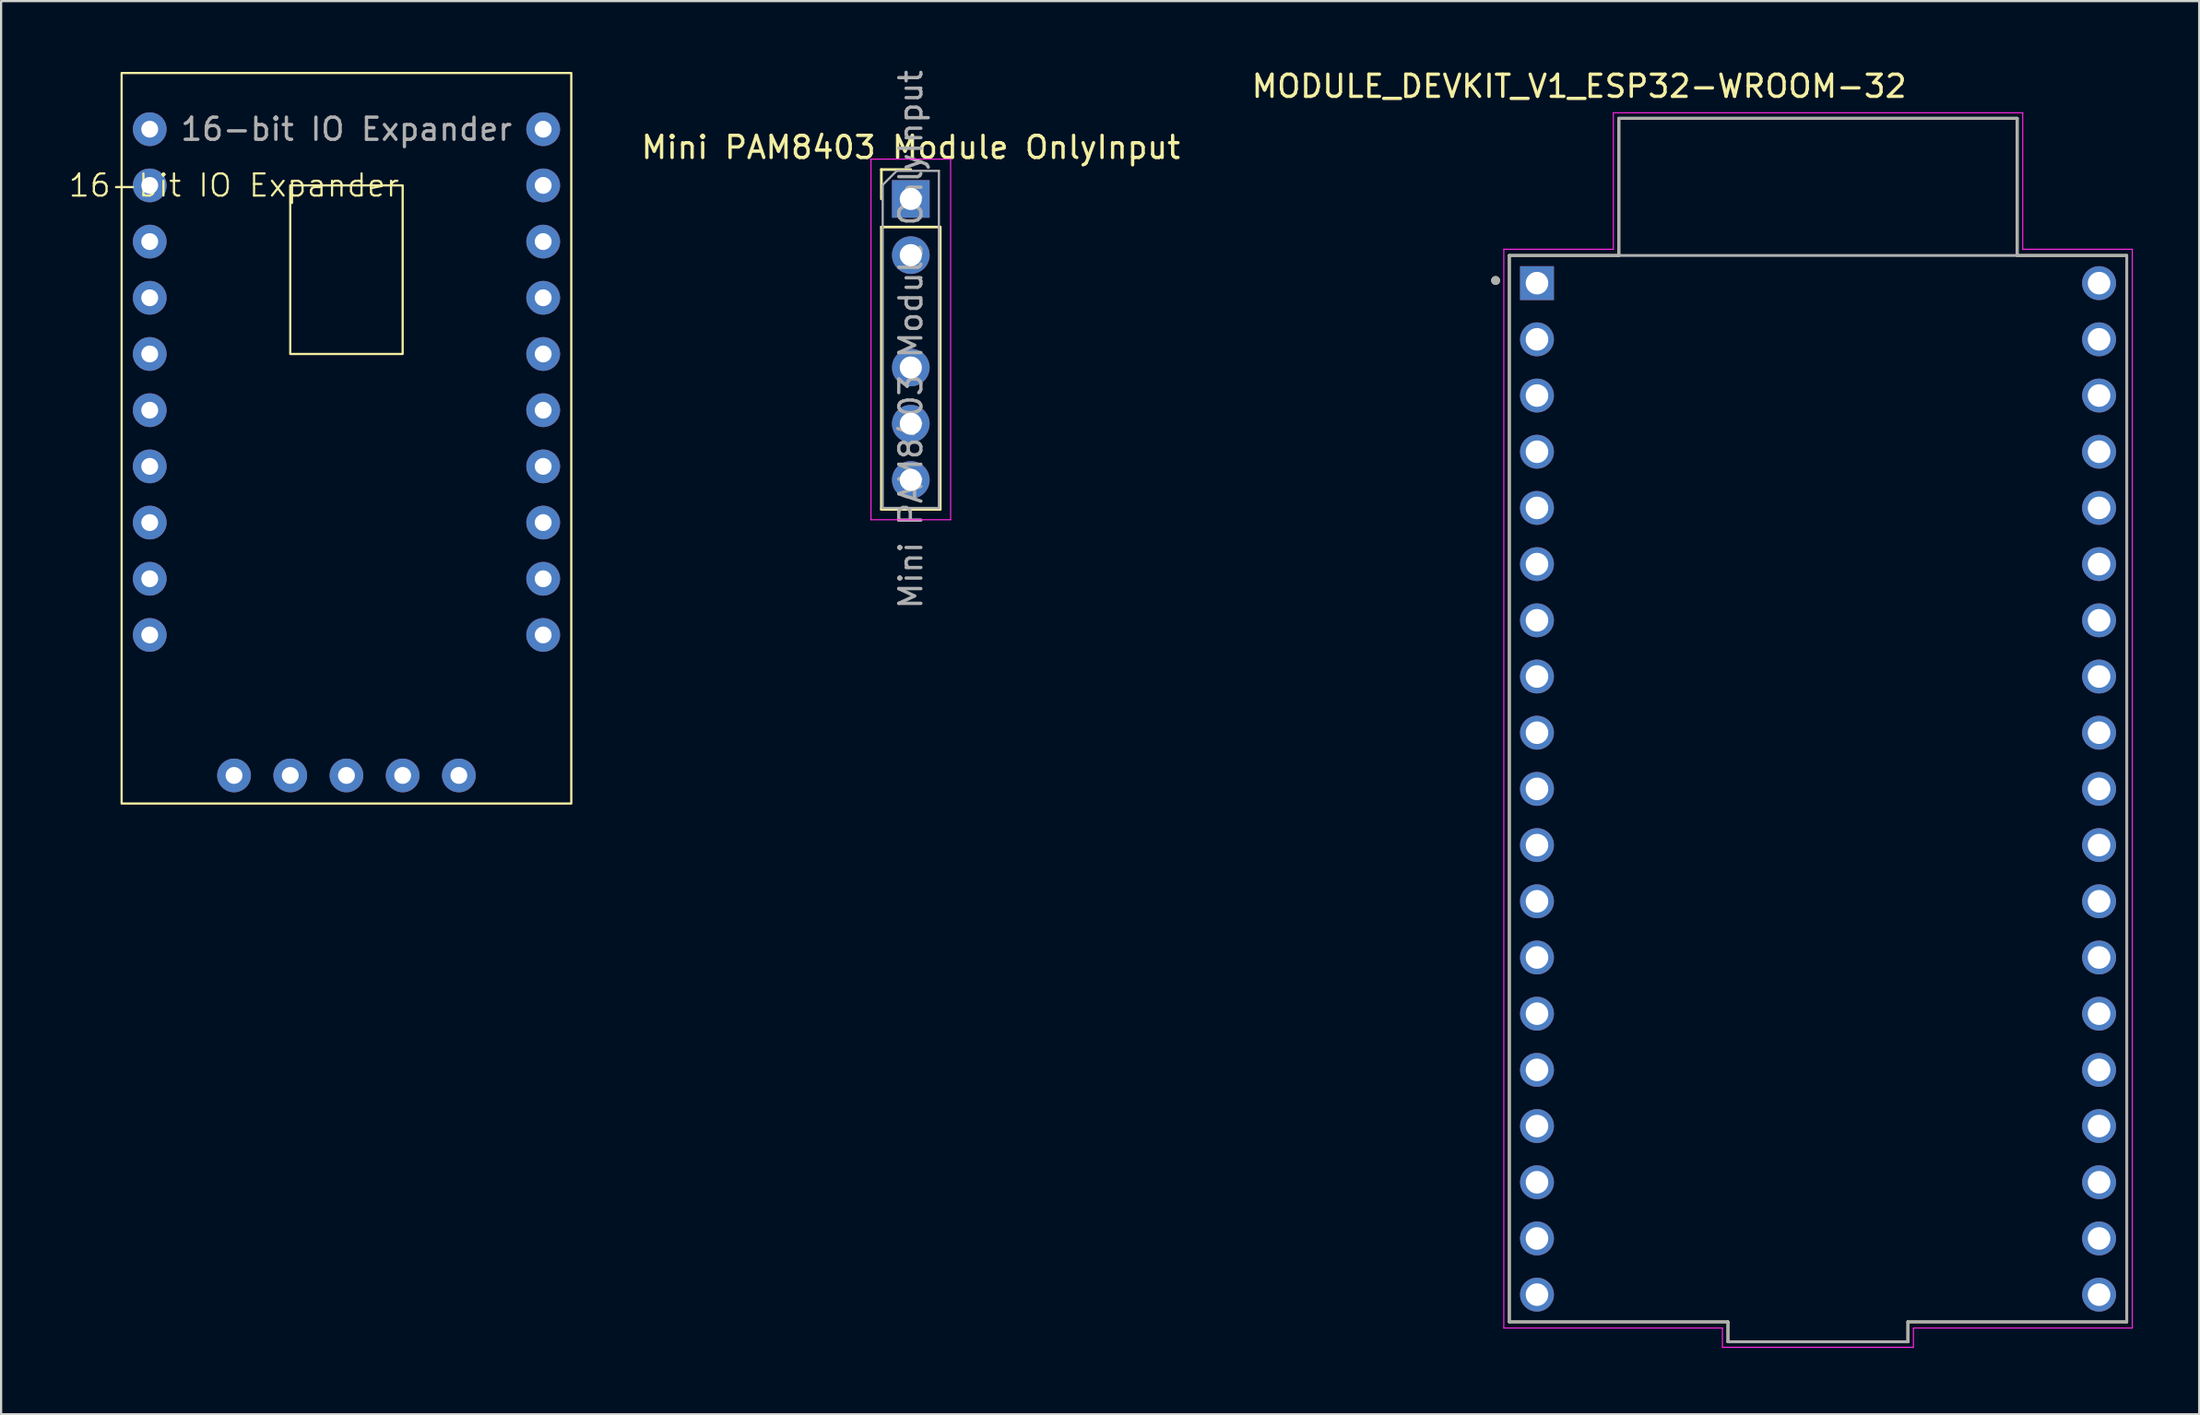
<source format=kicad_pcb>
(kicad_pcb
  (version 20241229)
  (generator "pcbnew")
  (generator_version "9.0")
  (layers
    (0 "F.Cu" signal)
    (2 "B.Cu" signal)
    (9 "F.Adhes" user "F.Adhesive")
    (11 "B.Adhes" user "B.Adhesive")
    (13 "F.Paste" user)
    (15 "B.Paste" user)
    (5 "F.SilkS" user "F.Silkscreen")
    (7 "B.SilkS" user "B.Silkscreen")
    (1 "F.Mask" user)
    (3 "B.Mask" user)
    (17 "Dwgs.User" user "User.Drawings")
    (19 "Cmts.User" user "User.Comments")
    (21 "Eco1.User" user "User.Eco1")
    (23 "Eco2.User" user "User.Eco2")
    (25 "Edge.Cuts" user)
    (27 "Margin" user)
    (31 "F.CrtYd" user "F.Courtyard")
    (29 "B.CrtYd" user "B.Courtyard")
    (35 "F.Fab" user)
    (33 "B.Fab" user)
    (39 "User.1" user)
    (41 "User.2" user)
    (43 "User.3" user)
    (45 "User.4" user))
  (footprint "Mini PAM8403 Module OnlyInput"
    (layer "F.Cu")
    (at 38.108 5.942)
    (property "Reference" "Mini PAM8403 Module OnlyInput" (at 0 -2.33 0) (layer "F.SilkS") (effects (font (size 1 1) (thickness 0.15))))
    (attr through_hole)
    (fp_line (start -1.33 -1.33) (end 0 -1.33) (stroke (width 0.12) (type solid)) (layer "F.SilkS"))
    (fp_line (start -1.33 0) (end -1.33 -1.33) (stroke (width 0.12) (type solid)) (layer "F.SilkS"))
    (fp_line (start -1.33 1.27) (end -1.33 14.03) (stroke (width 0.12) (type solid)) (layer "F.SilkS"))
    (fp_line (start -1.33 1.27) (end 1.33 1.27) (stroke (width 0.12) (type solid)) (layer "F.SilkS"))
    (fp_line (start -1.33 14.03) (end 1.33 14.03) (stroke (width 0.12) (type solid)) (layer "F.SilkS"))
    (fp_line (start 1.33 1.27) (end 1.33 14.03) (stroke (width 0.12) (type solid)) (layer "F.SilkS"))
    (fp_line (start -1.8 -1.8) (end -1.8 14.5) (stroke (width 0.05) (type solid)) (layer "F.CrtYd"))
    (fp_line (start -1.8 14.5) (end 1.8 14.5) (stroke (width 0.05) (type solid)) (layer "F.CrtYd"))
    (fp_line (start 1.8 -1.8) (end -1.8 -1.8) (stroke (width 0.05) (type solid)) (layer "F.CrtYd"))
    (fp_line (start 1.8 14.5) (end 1.8 -1.8) (stroke (width 0.05) (type solid)) (layer "F.CrtYd"))
    (fp_line (start -1.27 -0.635) (end -0.635 -1.27) (stroke (width 0.1) (type solid)) (layer "F.Fab"))
    (fp_line (start -1.27 13.97) (end -1.27 -0.635) (stroke (width 0.1) (type solid)) (layer "F.Fab"))
    (fp_line (start -0.635 -1.27) (end 1.27 -1.27) (stroke (width 0.1) (type solid)) (layer "F.Fab"))
    (fp_line (start 1.27 -1.27) (end 1.27 13.97) (stroke (width 0.1) (type solid)) (layer "F.Fab"))
    (fp_line (start 1.27 13.97) (end -1.27 13.97) (stroke (width 0.1) (type solid)) (layer "F.Fab"))
    (fp_text user "${REFERENCE}" (at 0 6.35 90) (layer "F.Fab") (effects (font (size 1 1) (thickness 0.15))))
    (pad "1" thru_hole rect (at 0 0) (size 1.7 1.7) (drill 1) (layers "*.Cu" "*.Mask"))
    (pad "2" thru_hole oval (at 0 2.54) (size 1.7 1.7) (drill 1) (layers "*.Cu" "*.Mask"))
    (pad "3" thru_hole oval (at 0 7.62) (size 1.7 1.7) (drill 1) (layers "*.Cu" "*.Mask"))
    (pad "4" thru_hole oval (at 0 10.16) (size 1.7 1.7) (drill 1) (layers "*.Cu" "*.Mask"))
    (pad "5" thru_hole oval (at 0 12.7) (size 1.7 1.7) (drill 1) (layers "*.Cu" "*.Mask")))
  (footprint "16-bit IO Expander"
    (layer "F.Cu")
    (at 1.176 0.25)
    (property "Reference" "16-bit IO Expander" (at 6.35 5.08 0) (unlocked yes) (layer "F.SilkS") (effects (font (size 1 1) (thickness 0.1))))
    (attr through_hole)
    (fp_rect (start 1.27 0) (end 21.59 33.02) (stroke (width 0.1) (type default)) (fill no) (layer "F.SilkS"))
    (fp_rect (start 8.89 5.08) (end 13.97 12.7) (stroke (width 0.1) (type default)) (fill no) (layer "F.SilkS"))
    (fp_text user "${REFERENCE}" (at 11.43 2.54 0) (unlocked yes) (layer "F.Fab") (effects (font (size 1 1) (thickness 0.15))))
    (pad "1" thru_hole circle (at 2.54 2.54) (size 1.524 1.524) (drill 0.762) (layers "*.Cu" "*.Mask"))
    (pad "2" thru_hole circle (at 2.54 5.08) (size 1.524 1.524) (drill 0.762) (layers "*.Cu" "*.Mask"))
    (pad "3" thru_hole circle (at 2.54 7.62) (size 1.524 1.524) (drill 0.762) (layers "*.Cu" "*.Mask"))
    (pad "4" thru_hole circle (at 2.54 10.16) (size 1.524 1.524) (drill 0.762) (layers "*.Cu" "*.Mask"))
    (pad "5" thru_hole circle (at 2.54 12.7) (size 1.524 1.524) (drill 0.762) (layers "*.Cu" "*.Mask"))
    (pad "6" thru_hole circle (at 2.54 15.24) (size 1.524 1.524) (drill 0.762) (layers "*.Cu" "*.Mask"))
    (pad "7" thru_hole circle (at 2.54 17.78) (size 1.524 1.524) (drill 0.762) (layers "*.Cu" "*.Mask"))
    (pad "8" thru_hole circle (at 2.54 20.32) (size 1.524 1.524) (drill 0.762) (layers "*.Cu" "*.Mask"))
    (pad "9" thru_hole circle (at 2.54 22.86) (size 1.524 1.524) (drill 0.762) (layers "*.Cu" "*.Mask"))
    (pad "10" thru_hole circle (at 2.54 25.4) (size 1.524 1.524) (drill 0.762) (layers "*.Cu" "*.Mask"))
    (pad "11" thru_hole circle (at 20.32 25.4) (size 1.524 1.524) (drill 0.762) (layers "*.Cu" "*.Mask"))
    (pad "12" thru_hole circle (at 20.32 22.86) (size 1.524 1.524) (drill 0.762) (layers "*.Cu" "*.Mask"))
    (pad "13" thru_hole circle (at 20.32 20.32) (size 1.524 1.524) (drill 0.762) (layers "*.Cu" "*.Mask"))
    (pad "14" thru_hole circle (at 20.32 17.78) (size 1.524 1.524) (drill 0.762) (layers "*.Cu" "*.Mask"))
    (pad "15" thru_hole circle (at 20.32 15.24) (size 1.524 1.524) (drill 0.762) (layers "*.Cu" "*.Mask"))
    (pad "16" thru_hole circle (at 20.32 12.7) (size 1.524 1.524) (drill 0.762) (layers "*.Cu" "*.Mask"))
    (pad "17" thru_hole circle (at 20.32 10.16) (size 1.524 1.524) (drill 0.762) (layers "*.Cu" "*.Mask"))
    (pad "18" thru_hole circle (at 20.32 7.62) (size 1.524 1.524) (drill 0.762) (layers "*.Cu" "*.Mask"))
    (pad "19" thru_hole circle (at 20.32 5.08) (size 1.524 1.524) (drill 0.762) (layers "*.Cu" "*.Mask"))
    (pad "20" thru_hole circle (at 20.32 2.54) (size 1.524 1.524) (drill 0.762) (layers "*.Cu" "*.Mask"))
    (pad "C1" thru_hole circle (at 6.35 31.75) (size 1.524 1.524) (drill 0.762) (layers "*.Cu" "*.Mask"))
    (pad "C2" thru_hole circle (at 8.89 31.75) (size 1.524 1.524) (drill 0.762) (layers "*.Cu" "*.Mask"))
    (pad "C3" thru_hole circle (at 11.43 31.75) (size 1.524 1.524) (drill 0.762) (layers "*.Cu" "*.Mask"))
    (pad "C4" thru_hole circle (at 13.97 31.75) (size 1.524 1.524) (drill 0.762) (layers "*.Cu" "*.Mask"))
    (pad "C5" thru_hole circle (at 16.51 31.75) (size 1.524 1.524) (drill 0.762) (layers "*.Cu" "*.Mask")))
  (footprint "MODULE_DEVKIT_V1_ESP32-WROOM-32"
    (layer "F.Cu")
    (at 79.105 32.598)
    (property "Reference" "MODULE_DEVKIT_V1_ESP32-WROOM-32" (at -10.795 -31.75 0) (layer "F.SilkS") (effects (font (size 1 1) (thickness 0.15))))
    (attr through_hole)
    (fp_line (start -13.95 -24.1) (end -13.95 24.1) (stroke (width 0.127) (type solid)) (layer "F.SilkS"))
    (fp_line (start -13.95 24.1) (end -4.07 24.1) (stroke (width 0.127) (type solid)) (layer "F.SilkS"))
    (fp_line (start -9 -30.3) (end 9 -30.3) (stroke (width 0.127) (type solid)) (layer "F.SilkS"))
    (fp_line (start -9 -24.1) (end -13.95 -24.1) (stroke (width 0.127) (type solid)) (layer "F.SilkS"))
    (fp_line (start -9 -24.1) (end -9 -30.3) (stroke (width 0.127) (type solid)) (layer "F.SilkS"))
    (fp_line (start -4.07 24.1) (end -4.07 25) (stroke (width 0.127) (type solid)) (layer "F.SilkS"))
    (fp_line (start -4.07 25) (end 4.06 25) (stroke (width 0.127) (type solid)) (layer "F.SilkS"))
    (fp_line (start 4.06 24.1) (end 13.95 24.1) (stroke (width 0.127) (type solid)) (layer "F.SilkS"))
    (fp_line (start 4.06 25) (end 4.06 24.1) (stroke (width 0.127) (type solid)) (layer "F.SilkS"))
    (fp_line (start 9 -30.3) (end 9 -24.1) (stroke (width 0.127) (type solid)) (layer "F.SilkS"))
    (fp_line (start 13.95 -24.1) (end 9 -24.1) (stroke (width 0.127) (type solid)) (layer "F.SilkS"))
    (fp_line (start 13.95 24.1) (end 13.95 -24.1) (stroke (width 0.127) (type solid)) (layer "F.SilkS"))
    (fp_circle (center -14.57 -22.97) (end -14.47 -22.97) (stroke (width 0.2) (type solid)) (fill no) (layer "F.SilkS"))
    (fp_line (start -14.2 -24.38) (end -14.2 24.38) (stroke (width 0.05) (type solid)) (layer "F.CrtYd"))
    (fp_line (start -14.2 24.38) (end -4.32 24.38) (stroke (width 0.05) (type solid)) (layer "F.CrtYd"))
    (fp_line (start -9.25 -30.55) (end 9.25 -30.55) (stroke (width 0.05) (type solid)) (layer "F.CrtYd"))
    (fp_line (start -9.25 -24.38) (end -14.2 -24.38) (stroke (width 0.05) (type solid)) (layer "F.CrtYd"))
    (fp_line (start -9.25 -24.38) (end -9.25 -30.55) (stroke (width 0.05) (type solid)) (layer "F.CrtYd"))
    (fp_line (start -4.32 24.38) (end -4.32 25.25) (stroke (width 0.05) (type solid)) (layer "F.CrtYd"))
    (fp_line (start -4.32 25.25) (end 4.31 25.25) (stroke (width 0.05) (type solid)) (layer "F.CrtYd"))
    (fp_line (start 4.31 24.38) (end 14.2 24.38) (stroke (width 0.05) (type solid)) (layer "F.CrtYd"))
    (fp_line (start 4.31 25.25) (end 4.31 24.38) (stroke (width 0.05) (type solid)) (layer "F.CrtYd"))
    (fp_line (start 9.25 -30.55) (end 9.25 -24.38) (stroke (width 0.05) (type solid)) (layer "F.CrtYd"))
    (fp_line (start 14.2 -24.38) (end 9.25 -24.38) (stroke (width 0.05) (type solid)) (layer "F.CrtYd"))
    (fp_line (start 14.2 24.38) (end 14.2 -24.38) (stroke (width 0.05) (type solid)) (layer "F.CrtYd"))
    (fp_line (start -13.95 -24.1) (end -13.95 24.1) (stroke (width 0.127) (type solid)) (layer "F.Fab"))
    (fp_line (start -13.95 24.1) (end -4.07 24.1) (stroke (width 0.127) (type solid)) (layer "F.Fab"))
    (fp_line (start -9 -30.3) (end 9 -30.3) (stroke (width 0.127) (type solid)) (layer "F.Fab"))
    (fp_line (start -9 -24.1) (end -13.95 -24.1) (stroke (width 0.127) (type solid)) (layer "F.Fab"))
    (fp_line (start -9 -24.1) (end -9 -30.3) (stroke (width 0.127) (type solid)) (layer "F.Fab"))
    (fp_line (start -4.07 24.1) (end -4.07 25) (stroke (width 0.127) (type solid)) (layer "F.Fab"))
    (fp_line (start -4.07 25) (end 4.06 25) (stroke (width 0.127) (type solid)) (layer "F.Fab"))
    (fp_line (start 4.06 24.1) (end 13.95 24.1) (stroke (width 0.127) (type solid)) (layer "F.Fab"))
    (fp_line (start 4.06 25) (end 4.06 24.1) (stroke (width 0.127) (type solid)) (layer "F.Fab"))
    (fp_line (start 9 -30.3) (end 9 -24.1) (stroke (width 0.127) (type solid)) (layer "F.Fab"))
    (fp_line (start 9 -24.1) (end -9 -24.1) (stroke (width 0.127) (type solid)) (layer "F.Fab"))
    (fp_line (start 13.95 -24.1) (end 9 -24.1) (stroke (width 0.127) (type solid)) (layer "F.Fab"))
    (fp_line (start 13.95 24.1) (end 13.95 -24.1) (stroke (width 0.127) (type solid)) (layer "F.Fab"))
    (fp_circle (center -14.57 -22.97) (end -14.47 -22.97) (stroke (width 0.2) (type solid)) (fill no) (layer "F.Fab"))
    (pad "1" thru_hole rect (at -12.7 -22.85) (size 1.53 1.53) (drill 1.02) (layers "*.Cu" "*.Mask"))
    (pad "2" thru_hole circle (at -12.7 -20.31) (size 1.53 1.53) (drill 1.02) (layers "*.Cu" "*.Mask"))
    (pad "3" thru_hole circle (at -12.7 -17.77) (size 1.53 1.53) (drill 1.02) (layers "*.Cu" "*.Mask"))
    (pad "4" thru_hole circle (at -12.7 -15.23) (size 1.53 1.53) (drill 1.02) (layers "*.Cu" "*.Mask"))
    (pad "5" thru_hole circle (at -12.7 -12.69) (size 1.53 1.53) (drill 1.02) (layers "*.Cu" "*.Mask"))
    (pad "6" thru_hole circle (at -12.7 -10.15) (size 1.53 1.53) (drill 1.02) (layers "*.Cu" "*.Mask"))
    (pad "7" thru_hole circle (at -12.7 -7.61) (size 1.53 1.53) (drill 1.02) (layers "*.Cu" "*.Mask"))
    (pad "8" thru_hole circle (at -12.7 -5.07) (size 1.53 1.53) (drill 1.02) (layers "*.Cu" "*.Mask"))
    (pad "9" thru_hole circle (at -12.7 -2.53) (size 1.53 1.53) (drill 1.02) (layers "*.Cu" "*.Mask"))
    (pad "10" thru_hole circle (at -12.7 0.01) (size 1.53 1.53) (drill 1.02) (layers "*.Cu" "*.Mask"))
    (pad "11" thru_hole circle (at -12.7 2.55) (size 1.53 1.53) (drill 1.02) (layers "*.Cu" "*.Mask"))
    (pad "12" thru_hole circle (at -12.7 5.09) (size 1.53 1.53) (drill 1.02) (layers "*.Cu" "*.Mask"))
    (pad "13" thru_hole circle (at -12.7 7.63) (size 1.53 1.53) (drill 1.02) (layers "*.Cu" "*.Mask"))
    (pad "14" thru_hole circle (at -12.7 10.17) (size 1.53 1.53) (drill 1.02) (layers "*.Cu" "*.Mask"))
    (pad "15" thru_hole circle (at -12.7 12.71) (size 1.53 1.53) (drill 1.02) (layers "*.Cu" "*.Mask"))
    (pad "16" thru_hole circle (at -12.7 15.25) (size 1.53 1.53) (drill 1.02) (layers "*.Cu" "*.Mask"))
    (pad "17" thru_hole circle (at -12.7 17.79) (size 1.53 1.53) (drill 1.02) (layers "*.Cu" "*.Mask"))
    (pad "18" thru_hole circle (at -12.7 20.33) (size 1.53 1.53) (drill 1.02) (layers "*.Cu" "*.Mask"))
    (pad "19" thru_hole circle (at -12.7 22.87) (size 1.53 1.53) (drill 1.02) (layers "*.Cu" "*.Mask"))
    (pad "20" thru_hole circle (at 12.7 22.87) (size 1.53 1.53) (drill 1.02) (layers "*.Cu" "*.Mask"))
    (pad "21" thru_hole circle (at 12.7 20.33) (size 1.53 1.53) (drill 1.02) (layers "*.Cu" "*.Mask"))
    (pad "22" thru_hole circle (at 12.7 17.79) (size 1.53 1.53) (drill 1.02) (layers "*.Cu" "*.Mask"))
    (pad "23" thru_hole circle (at 12.7 15.25) (size 1.53 1.53) (drill 1.02) (layers "*.Cu" "*.Mask"))
    (pad "24" thru_hole circle (at 12.7 12.71) (size 1.53 1.53) (drill 1.02) (layers "*.Cu" "*.Mask"))
    (pad "25" thru_hole circle (at 12.7 10.17) (size 1.53 1.53) (drill 1.02) (layers "*.Cu" "*.Mask"))
    (pad "26" thru_hole circle (at 12.7 7.63) (size 1.53 1.53) (drill 1.02) (layers "*.Cu" "*.Mask"))
    (pad "27" thru_hole circle (at 12.7 5.09) (size 1.53 1.53) (drill 1.02) (layers "*.Cu" "*.Mask"))
    (pad "28" thru_hole circle (at 12.7 2.55) (size 1.53 1.53) (drill 1.02) (layers "*.Cu" "*.Mask"))
    (pad "29" thru_hole circle (at 12.7 0.01) (size 1.53 1.53) (drill 1.02) (layers "*.Cu" "*.Mask"))
    (pad "30" thru_hole circle (at 12.7 -2.53) (size 1.53 1.53) (drill 1.02) (layers "*.Cu" "*.Mask"))
    (pad "31" thru_hole circle (at 12.7 -5.07) (size 1.53 1.53) (drill 1.02) (layers "*.Cu" "*.Mask"))
    (pad "32" thru_hole circle (at 12.7 -7.61) (size 1.53 1.53) (drill 1.02) (layers "*.Cu" "*.Mask"))
    (pad "33" thru_hole circle (at 12.7 -10.15) (size 1.53 1.53) (drill 1.02) (layers "*.Cu" "*.Mask"))
    (pad "34" thru_hole circle (at 12.7 -12.69) (size 1.53 1.53) (drill 1.02) (layers "*.Cu" "*.Mask"))
    (pad "35" thru_hole circle (at 12.7 -15.23) (size 1.53 1.53) (drill 1.02) (layers "*.Cu" "*.Mask"))
    (pad "36" thru_hole circle (at 12.7 -17.77) (size 1.53 1.53) (drill 1.02) (layers "*.Cu" "*.Mask"))
    (pad "37" thru_hole circle (at 12.7 -20.31) (size 1.53 1.53) (drill 1.02) (layers "*.Cu" "*.Mask"))
    (pad "38" thru_hole circle (at 12.7 -22.85) (size 1.53 1.53) (drill 1.02) (layers "*.Cu" "*.Mask")))
  (gr_rect
    (start -3 -3)
    (end 96.33 60.873)
    (stroke (width 0.1) (type default))
    (fill no)
    (layer "Edge.Cuts")))
</source>
